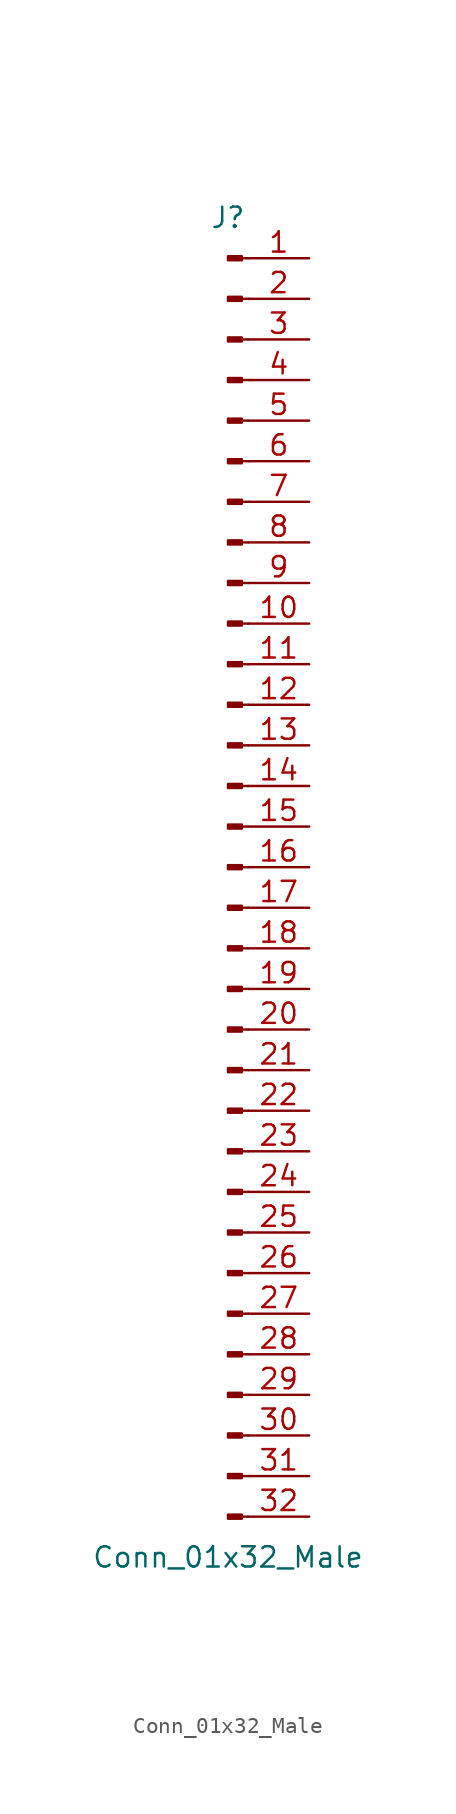
<source format=kicad_sym>
(kicad_symbol_lib
  (version 20220914)
  (generator kicad_symbol_editor)
  (symbol "Conn_01x32_Male"
    (pin_names
      (offset 1.016) hide)
    (property "Reference" "J"
      (at 0 40.64 0)
      (effects (font (size 1.27 1.27))))
    (property "Value" "Conn_01x32_Male"
      (at 0 -43.18 0)
      (effects (font (size 1.27 1.27))))
    (symbol "Conn_01x32_Male_1_1"
      (polyline (pts (xy 1.27 -40.64) (xy 0.864 -40.64)) (stroke (width 0.152) (type solid)) (fill (type none)))
      (polyline (pts (xy 1.27 -38.1) (xy 0.864 -38.1)) (stroke (width 0.152) (type solid)) (fill (type none)))
      (polyline (pts (xy 1.27 -35.56) (xy 0.864 -35.56)) (stroke (width 0.152) (type solid)) (fill (type none)))
      (polyline (pts (xy 1.27 -33.02) (xy 0.864 -33.02)) (stroke (width 0.152) (type solid)) (fill (type none)))
      (polyline (pts (xy 1.27 -30.48) (xy 0.864 -30.48)) (stroke (width 0.152) (type solid)) (fill (type none)))
      (polyline (pts (xy 1.27 -27.94) (xy 0.864 -27.94)) (stroke (width 0.152) (type solid)) (fill (type none)))
      (polyline (pts (xy 1.27 -25.4) (xy 0.864 -25.4)) (stroke (width 0.152) (type solid)) (fill (type none)))
      (polyline (pts (xy 1.27 -22.86) (xy 0.864 -22.86)) (stroke (width 0.152) (type solid)) (fill (type none)))
      (polyline (pts (xy 1.27 -20.32) (xy 0.864 -20.32)) (stroke (width 0.152) (type solid)) (fill (type none)))
      (polyline (pts (xy 1.27 -17.78) (xy 0.864 -17.78)) (stroke (width 0.152) (type solid)) (fill (type none)))
      (polyline (pts (xy 1.27 -15.24) (xy 0.864 -15.24)) (stroke (width 0.152) (type solid)) (fill (type none)))
      (polyline (pts (xy 1.27 -12.7) (xy 0.864 -12.7)) (stroke (width 0.152) (type solid)) (fill (type none)))
      (polyline (pts (xy 1.27 -10.16) (xy 0.864 -10.16)) (stroke (width 0.152) (type solid)) (fill (type none)))
      (polyline (pts (xy 1.27 -7.62) (xy 0.864 -7.62)) (stroke (width 0.152) (type solid)) (fill (type none)))
      (polyline (pts (xy 1.27 -5.08) (xy 0.864 -5.08)) (stroke (width 0.152) (type solid)) (fill (type none)))
      (polyline (pts (xy 1.27 -2.54) (xy 0.864 -2.54)) (stroke (width 0.152) (type solid)) (fill (type none)))
      (polyline (pts (xy 1.27 0) (xy 0.864 0)) (stroke (width 0.152) (type solid)) (fill (type none)))
      (polyline (pts (xy 1.27 2.54) (xy 0.864 2.54)) (stroke (width 0.152) (type solid)) (fill (type none)))
      (polyline (pts (xy 1.27 5.08) (xy 0.864 5.08)) (stroke (width 0.152) (type solid)) (fill (type none)))
      (polyline (pts (xy 1.27 7.62) (xy 0.864 7.62)) (stroke (width 0.152) (type solid)) (fill (type none)))
      (polyline (pts (xy 1.27 10.16) (xy 0.864 10.16)) (stroke (width 0.152) (type solid)) (fill (type none)))
      (polyline (pts (xy 1.27 12.7) (xy 0.864 12.7)) (stroke (width 0.152) (type solid)) (fill (type none)))
      (polyline (pts (xy 1.27 15.24) (xy 0.864 15.24)) (stroke (width 0.152) (type solid)) (fill (type none)))
      (polyline (pts (xy 1.27 17.78) (xy 0.864 17.78)) (stroke (width 0.152) (type solid)) (fill (type none)))
      (polyline (pts (xy 1.27 20.32) (xy 0.864 20.32)) (stroke (width 0.152) (type solid)) (fill (type none)))
      (polyline (pts (xy 1.27 22.86) (xy 0.864 22.86)) (stroke (width 0.152) (type solid)) (fill (type none)))
      (polyline (pts (xy 1.27 25.4) (xy 0.864 25.4)) (stroke (width 0.152) (type solid)) (fill (type none)))
      (polyline (pts (xy 1.27 27.94) (xy 0.864 27.94)) (stroke (width 0.152) (type solid)) (fill (type none)))
      (polyline (pts (xy 1.27 30.48) (xy 0.864 30.48)) (stroke (width 0.152) (type solid)) (fill (type none)))
      (polyline (pts (xy 1.27 33.02) (xy 0.864 33.02)) (stroke (width 0.152) (type solid)) (fill (type none)))
      (polyline (pts (xy 1.27 35.56) (xy 0.864 35.56)) (stroke (width 0.152) (type solid)) (fill (type none)))
      (polyline (pts (xy 1.27 38.1) (xy 0.864 38.1)) (stroke (width 0.152) (type solid)) (fill (type none)))
      (rectangle (start 0.864 -40.513) (end 0 -40.767) (stroke (width 0.152) (type solid)) (fill (type outline)))
      (rectangle (start 0.864 -37.973) (end 0 -38.227) (stroke (width 0.152) (type solid)) (fill (type outline)))
      (rectangle (start 0.864 -35.433) (end 0 -35.687) (stroke (width 0.152) (type solid)) (fill (type outline)))
      (rectangle (start 0.864 -32.893) (end 0 -33.147) (stroke (width 0.152) (type solid)) (fill (type outline)))
      (rectangle (start 0.864 -30.353) (end 0 -30.607) (stroke (width 0.152) (type solid)) (fill (type outline)))
      (rectangle (start 0.864 -27.813) (end 0 -28.067) (stroke (width 0.152) (type solid)) (fill (type outline)))
      (rectangle (start 0.864 -25.273) (end 0 -25.527) (stroke (width 0.152) (type solid)) (fill (type outline)))
      (rectangle (start 0.864 -22.733) (end 0 -22.987) (stroke (width 0.152) (type solid)) (fill (type outline)))
      (rectangle (start 0.864 -20.193) (end 0 -20.447) (stroke (width 0.152) (type solid)) (fill (type outline)))
      (rectangle (start 0.864 -17.653) (end 0 -17.907) (stroke (width 0.152) (type solid)) (fill (type outline)))
      (rectangle (start 0.864 -15.113) (end 0 -15.367) (stroke (width 0.152) (type solid)) (fill (type outline)))
      (rectangle (start 0.864 -12.573) (end 0 -12.827) (stroke (width 0.152) (type solid)) (fill (type outline)))
      (rectangle (start 0.864 -10.033) (end 0 -10.287) (stroke (width 0.152) (type solid)) (fill (type outline)))
      (rectangle (start 0.864 -7.493) (end 0 -7.747) (stroke (width 0.152) (type solid)) (fill (type outline)))
      (rectangle (start 0.864 -4.953) (end 0 -5.207) (stroke (width 0.152) (type solid)) (fill (type outline)))
      (rectangle (start 0.864 -2.413) (end 0 -2.667) (stroke (width 0.152) (type solid)) (fill (type outline)))
      (rectangle (start 0.864 0.127) (end 0 -0.127) (stroke (width 0.152) (type solid)) (fill (type outline)))
      (rectangle (start 0.864 2.667) (end 0 2.413) (stroke (width 0.152) (type solid)) (fill (type outline)))
      (rectangle (start 0.864 5.207) (end 0 4.953) (stroke (width 0.152) (type solid)) (fill (type outline)))
      (rectangle (start 0.864 7.747) (end 0 7.493) (stroke (width 0.152) (type solid)) (fill (type outline)))
      (rectangle (start 0.864 10.287) (end 0 10.033) (stroke (width 0.152) (type solid)) (fill (type outline)))
      (rectangle (start 0.864 12.827) (end 0 12.573) (stroke (width 0.152) (type solid)) (fill (type outline)))
      (rectangle (start 0.864 15.367) (end 0 15.113) (stroke (width 0.152) (type solid)) (fill (type outline)))
      (rectangle (start 0.864 17.907) (end 0 17.653) (stroke (width 0.152) (type solid)) (fill (type outline)))
      (rectangle (start 0.864 20.447) (end 0 20.193) (stroke (width 0.152) (type solid)) (fill (type outline)))
      (rectangle (start 0.864 22.987) (end 0 22.733) (stroke (width 0.152) (type solid)) (fill (type outline)))
      (rectangle (start 0.864 25.527) (end 0 25.273) (stroke (width 0.152) (type solid)) (fill (type outline)))
      (rectangle (start 0.864 28.067) (end 0 27.813) (stroke (width 0.152) (type solid)) (fill (type outline)))
      (rectangle (start 0.864 30.607) (end 0 30.353) (stroke (width 0.152) (type solid)) (fill (type outline)))
      (rectangle (start 0.864 33.147) (end 0 32.893) (stroke (width 0.152) (type solid)) (fill (type outline)))
      (rectangle (start 0.864 35.687) (end 0 35.433) (stroke (width 0.152) (type solid)) (fill (type outline)))
      (rectangle (start 0.864 38.227) (end 0 37.973) (stroke (width 0.152) (type solid)) (fill (type outline)))
      (pin passive line (at 5.08 38.1 180) (length 3.81) (name "Pin_1" (effects (font (size 1.27 1.27)))) (number "1" (effects (font (size 1.27 1.27)))))
      (pin passive line (at 5.08 15.24 180) (length 3.81) (name "Pin_10" (effects (font (size 1.27 1.27)))) (number "10" (effects (font (size 1.27 1.27)))))
      (pin passive line (at 5.08 12.7 180) (length 3.81) (name "Pin_11" (effects (font (size 1.27 1.27)))) (number "11" (effects (font (size 1.27 1.27)))))
      (pin passive line (at 5.08 10.16 180) (length 3.81) (name "Pin_12" (effects (font (size 1.27 1.27)))) (number "12" (effects (font (size 1.27 1.27)))))
      (pin passive line (at 5.08 7.62 180) (length 3.81) (name "Pin_13" (effects (font (size 1.27 1.27)))) (number "13" (effects (font (size 1.27 1.27)))))
      (pin passive line (at 5.08 5.08 180) (length 3.81) (name "Pin_14" (effects (font (size 1.27 1.27)))) (number "14" (effects (font (size 1.27 1.27)))))
      (pin passive line (at 5.08 2.54 180) (length 3.81) (name "Pin_15" (effects (font (size 1.27 1.27)))) (number "15" (effects (font (size 1.27 1.27)))))
      (pin passive line (at 5.08 0 180) (length 3.81) (name "Pin_16" (effects (font (size 1.27 1.27)))) (number "16" (effects (font (size 1.27 1.27)))))
      (pin passive line (at 5.08 -2.54 180) (length 3.81) (name "Pin_17" (effects (font (size 1.27 1.27)))) (number "17" (effects (font (size 1.27 1.27)))))
      (pin passive line (at 5.08 -5.08 180) (length 3.81) (name "Pin_18" (effects (font (size 1.27 1.27)))) (number "18" (effects (font (size 1.27 1.27)))))
      (pin passive line (at 5.08 -7.62 180) (length 3.81) (name "Pin_19" (effects (font (size 1.27 1.27)))) (number "19" (effects (font (size 1.27 1.27)))))
      (pin passive line (at 5.08 35.56 180) (length 3.81) (name "Pin_2" (effects (font (size 1.27 1.27)))) (number "2" (effects (font (size 1.27 1.27)))))
      (pin passive line (at 5.08 -10.16 180) (length 3.81) (name "Pin_20" (effects (font (size 1.27 1.27)))) (number "20" (effects (font (size 1.27 1.27)))))
      (pin passive line (at 5.08 -12.7 180) (length 3.81) (name "Pin_21" (effects (font (size 1.27 1.27)))) (number "21" (effects (font (size 1.27 1.27)))))
      (pin passive line (at 5.08 -15.24 180) (length 3.81) (name "Pin_22" (effects (font (size 1.27 1.27)))) (number "22" (effects (font (size 1.27 1.27)))))
      (pin passive line (at 5.08 -17.78 180) (length 3.81) (name "Pin_23" (effects (font (size 1.27 1.27)))) (number "23" (effects (font (size 1.27 1.27)))))
      (pin passive line (at 5.08 -20.32 180) (length 3.81) (name "Pin_24" (effects (font (size 1.27 1.27)))) (number "24" (effects (font (size 1.27 1.27)))))
      (pin passive line (at 5.08 -22.86 180) (length 3.81) (name "Pin_25" (effects (font (size 1.27 1.27)))) (number "25" (effects (font (size 1.27 1.27)))))
      (pin passive line (at 5.08 -25.4 180) (length 3.81) (name "Pin_26" (effects (font (size 1.27 1.27)))) (number "26" (effects (font (size 1.27 1.27)))))
      (pin passive line (at 5.08 -27.94 180) (length 3.81) (name "Pin_27" (effects (font (size 1.27 1.27)))) (number "27" (effects (font (size 1.27 1.27)))))
      (pin passive line (at 5.08 -30.48 180) (length 3.81) (name "Pin_28" (effects (font (size 1.27 1.27)))) (number "28" (effects (font (size 1.27 1.27)))))
      (pin passive line (at 5.08 -33.02 180) (length 3.81) (name "Pin_29" (effects (font (size 1.27 1.27)))) (number "29" (effects (font (size 1.27 1.27)))))
      (pin passive line (at 5.08 33.02 180) (length 3.81) (name "Pin_3" (effects (font (size 1.27 1.27)))) (number "3" (effects (font (size 1.27 1.27)))))
      (pin passive line (at 5.08 -35.56 180) (length 3.81) (name "Pin_30" (effects (font (size 1.27 1.27)))) (number "30" (effects (font (size 1.27 1.27)))))
      (pin passive line (at 5.08 -38.1 180) (length 3.81) (name "Pin_31" (effects (font (size 1.27 1.27)))) (number "31" (effects (font (size 1.27 1.27)))))
      (pin passive line (at 5.08 -40.64 180) (length 3.81) (name "Pin_32" (effects (font (size 1.27 1.27)))) (number "32" (effects (font (size 1.27 1.27)))))
      (pin passive line (at 5.08 30.48 180) (length 3.81) (name "Pin_4" (effects (font (size 1.27 1.27)))) (number "4" (effects (font (size 1.27 1.27)))))
      (pin passive line (at 5.08 27.94 180) (length 3.81) (name "Pin_5" (effects (font (size 1.27 1.27)))) (number "5" (effects (font (size 1.27 1.27)))))
      (pin passive line (at 5.08 25.4 180) (length 3.81) (name "Pin_6" (effects (font (size 1.27 1.27)))) (number "6" (effects (font (size 1.27 1.27)))))
      (pin passive line (at 5.08 22.86 180) (length 3.81) (name "Pin_7" (effects (font (size 1.27 1.27)))) (number "7" (effects (font (size 1.27 1.27)))))
      (pin passive line (at 5.08 20.32 180) (length 3.81) (name "Pin_8" (effects (font (size 1.27 1.27)))) (number "8" (effects (font (size 1.27 1.27)))))
      (pin passive line (at 5.08 17.78 180) (length 3.81) (name "Pin_9" (effects (font (size 1.27 1.27)))) (number "9" (effects (font (size 1.27 1.27))))))))
</source>
